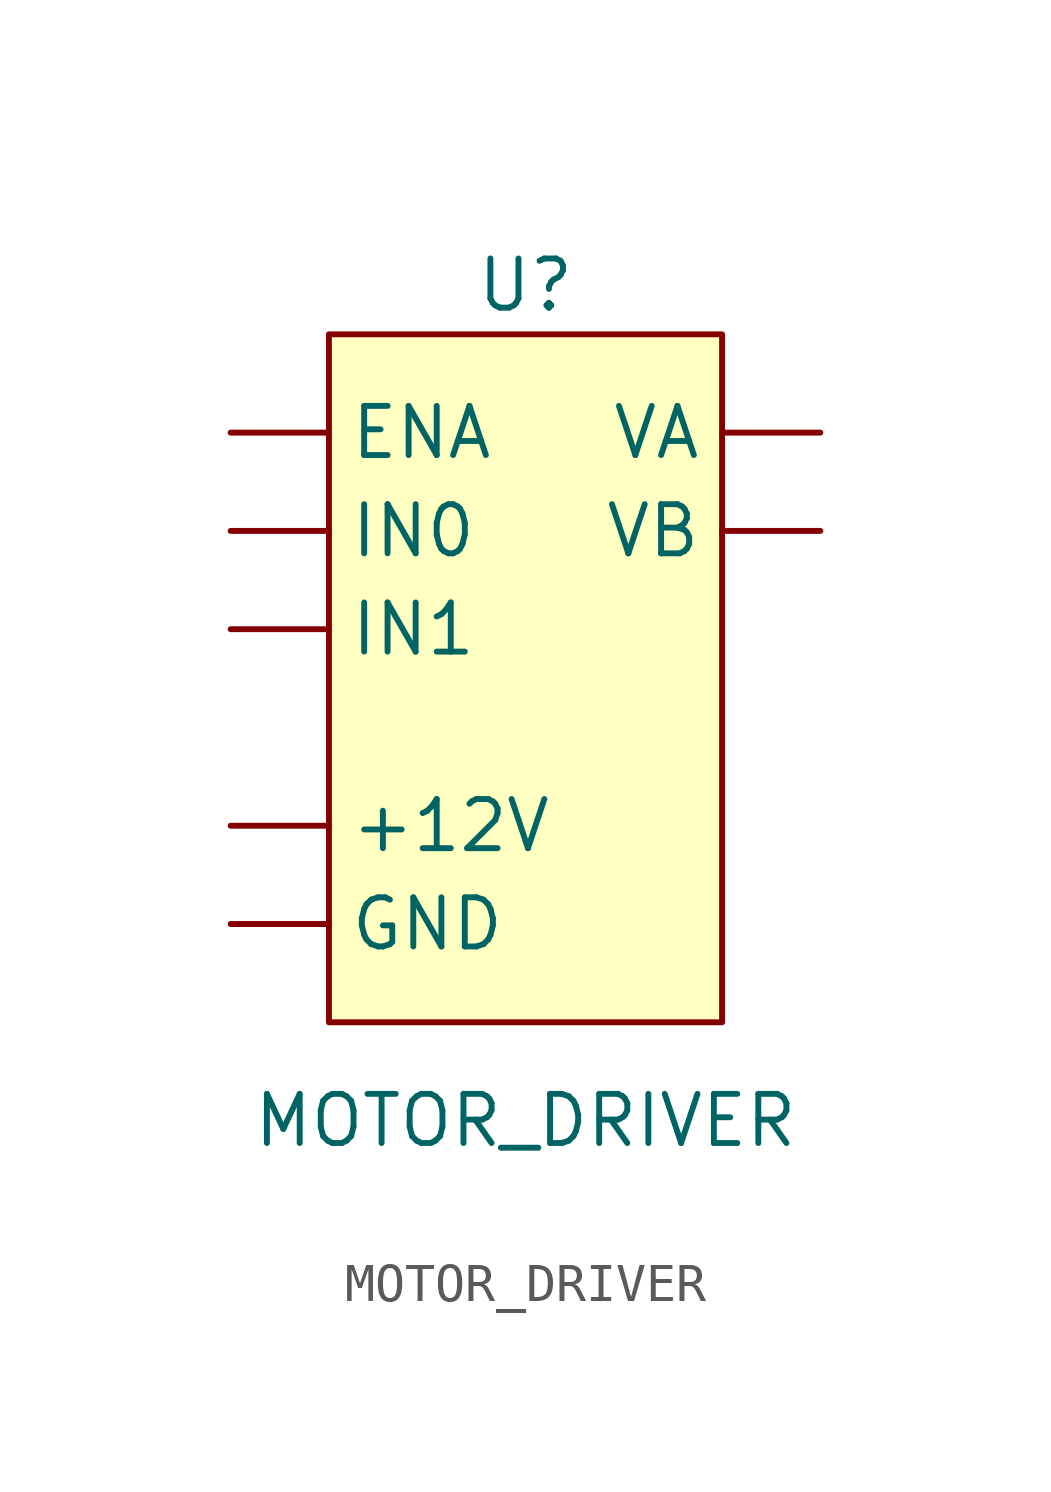
<source format=kicad_sym>
(kicad_symbol_lib
  (version 20220914)
  (generator kicad_symbol_editor)
  (symbol "MOTOR_DRIVER"
    (property "Reference" "U"
      (at 0 0 0)
      (effects (font (size 1.27 1.27))))
    (property "Value" "MOTOR_DRIVER"
      (at 0 -21.59 0)
      (effects (font (size 1.27 1.27))))
    (symbol "MOTOR_DRIVER_1_1"
      (rectangle (start -5.08 -1.27) (end 5.08 -19.05) (stroke (width 0) (type default)) (fill (type background)))
      (pin input line (at -7.62 -13.97 0) (length 2.54) (name "+12V" (effects (font (size 1.27 1.27)))) (number "" (effects (font (size 1.27 1.27)))))
      (pin input line (at -7.62 -3.81 0) (length 2.54) (name "ENA" (effects (font (size 1.27 1.27)))) (number "" (effects (font (size 1.27 1.27)))))
      (pin passive line (at -7.62 -16.51 0) (length 2.54) (name "GND" (effects (font (size 1.27 1.27)))) (number "" (effects (font (size 1.27 1.27)))))
      (pin input line (at -7.62 -6.35 0) (length 2.54) (name "IN0" (effects (font (size 1.27 1.27)))) (number "" (effects (font (size 1.27 1.27)))))
      (pin input line (at -7.62 -8.89 0) (length 2.54) (name "IN1" (effects (font (size 1.27 1.27)))) (number "" (effects (font (size 1.27 1.27)))))
      (pin output line (at 7.62 -3.81 180) (length 2.54) (name "VA" (effects (font (size 1.27 1.27)))) (number "" (effects (font (size 1.27 1.27)))))
      (pin output line (at 7.62 -6.35 180) (length 2.54) (name "VB" (effects (font (size 1.27 1.27)))) (number "" (effects (font (size 1.27 1.27))))))))
</source>
